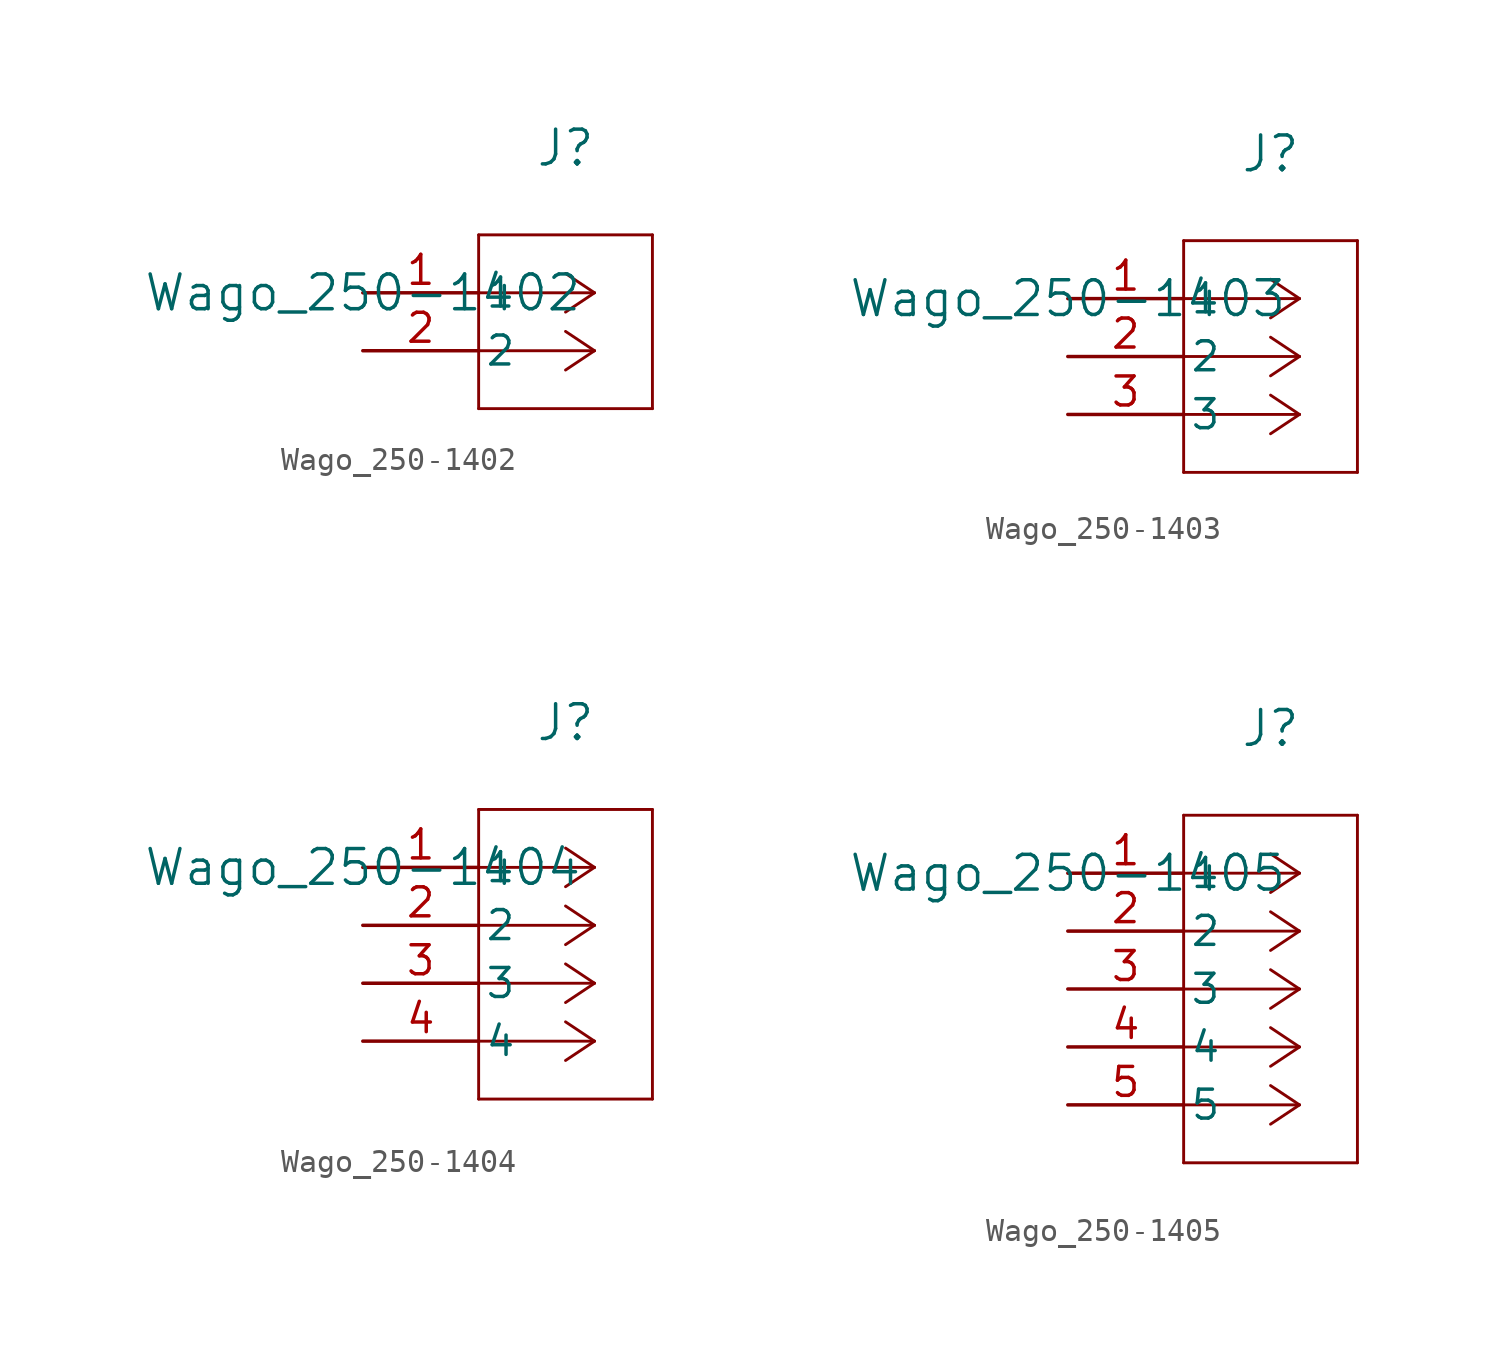
<source format=kicad_sym>
(kicad_symbol_lib
  (version 20241209)
  (generator "kicad_symbol_editor")
  (generator_version "9.0")
  (symbol "Wago_250-1402"
    (pin_names
      (offset 0.254))
    (property "Reference" "J"
      (at 8.89 6.35 0)
      (effects (font (size 1.524 1.524))))
    (property "Value" "Wago_250-1402"
      (at 0 0 0)
      (effects (font (size 1.524 1.524))))
    (property "ki_locked" ""
      (at 0 0 0)
      (effects (font (size 1.27 1.27))))
    (symbol "Wago_250-1402_0_1"
      (polyline (pts (xy 5.08 2.54) (xy 5.08 -5.08)) (stroke (width 0.127) (type default)) (fill (type none)))
      (polyline (pts (xy 5.08 -5.08) (xy 12.7 -5.08)) (stroke (width 0.127) (type default)) (fill (type none)))
      (polyline (pts (xy 10.16 0) (xy 5.08 0)) (stroke (width 0.127) (type default)) (fill (type none)))
      (polyline (pts (xy 10.16 0) (xy 8.89 0.847)) (stroke (width 0.127) (type default)) (fill (type none)))
      (polyline (pts (xy 10.16 0) (xy 8.89 -0.847)) (stroke (width 0.127) (type default)) (fill (type none)))
      (polyline (pts (xy 10.16 -2.54) (xy 5.08 -2.54)) (stroke (width 0.127) (type default)) (fill (type none)))
      (polyline (pts (xy 10.16 -2.54) (xy 8.89 -1.693)) (stroke (width 0.127) (type default)) (fill (type none)))
      (polyline (pts (xy 10.16 -2.54) (xy 8.89 -3.387)) (stroke (width 0.127) (type default)) (fill (type none)))
      (polyline (pts (xy 12.7 2.54) (xy 5.08 2.54)) (stroke (width 0.127) (type default)) (fill (type none)))
      (polyline (pts (xy 12.7 -5.08) (xy 12.7 2.54)) (stroke (width 0.127) (type default)) (fill (type none)))
      (pin unspecified line (at 0 0 0) (length 5.08) (name "1" (effects (font (size 1.27 1.27)))) (number "1" (effects (font (size 1.27 1.27)))))
      (pin unspecified line (at 0 -2.54 0) (length 5.08) (name "2" (effects (font (size 1.27 1.27)))) (number "2" (effects (font (size 1.27 1.27)))))))
  (symbol "Wago_250-1403"
    (pin_names
      (offset 0.254))
    (property "Reference" "J"
      (at 8.89 6.35 0)
      (effects (font (size 1.524 1.524))))
    (property "Value" "Wago_250-1403"
      (at 0 0 0)
      (effects (font (size 1.524 1.524))))
    (property "ki_locked" ""
      (at 0 0 0)
      (effects (font (size 1.27 1.27))))
    (symbol "Wago_250-1403_0_1"
      (polyline (pts (xy 5.08 2.54) (xy 5.08 -7.62)) (stroke (width 0.127) (type default)) (fill (type none)))
      (polyline (pts (xy 5.08 -7.62) (xy 12.7 -7.62)) (stroke (width 0.127) (type default)) (fill (type none)))
      (polyline (pts (xy 10.16 0) (xy 5.08 0)) (stroke (width 0.127) (type default)) (fill (type none)))
      (polyline (pts (xy 10.16 0) (xy 8.89 0.847)) (stroke (width 0.127) (type default)) (fill (type none)))
      (polyline (pts (xy 10.16 0) (xy 8.89 -0.847)) (stroke (width 0.127) (type default)) (fill (type none)))
      (polyline (pts (xy 10.16 -2.54) (xy 5.08 -2.54)) (stroke (width 0.127) (type default)) (fill (type none)))
      (polyline (pts (xy 10.16 -2.54) (xy 8.89 -1.693)) (stroke (width 0.127) (type default)) (fill (type none)))
      (polyline (pts (xy 10.16 -2.54) (xy 8.89 -3.387)) (stroke (width 0.127) (type default)) (fill (type none)))
      (polyline (pts (xy 10.16 -5.08) (xy 5.08 -5.08)) (stroke (width 0.127) (type default)) (fill (type none)))
      (polyline (pts (xy 10.16 -5.08) (xy 8.89 -4.233)) (stroke (width 0.127) (type default)) (fill (type none)))
      (polyline (pts (xy 10.16 -5.08) (xy 8.89 -5.927)) (stroke (width 0.127) (type default)) (fill (type none)))
      (polyline (pts (xy 12.7 2.54) (xy 5.08 2.54)) (stroke (width 0.127) (type default)) (fill (type none)))
      (polyline (pts (xy 12.7 -7.62) (xy 12.7 2.54)) (stroke (width 0.127) (type default)) (fill (type none)))
      (pin unspecified line (at 0 0 0) (length 5.08) (name "1" (effects (font (size 1.27 1.27)))) (number "1" (effects (font (size 1.27 1.27)))))
      (pin unspecified line (at 0 -2.54 0) (length 5.08) (name "2" (effects (font (size 1.27 1.27)))) (number "2" (effects (font (size 1.27 1.27)))))
      (pin unspecified line (at 0 -5.08 0) (length 5.08) (name "3" (effects (font (size 1.27 1.27)))) (number "3" (effects (font (size 1.27 1.27)))))))
  (symbol "Wago_250-1404"
    (pin_names
      (offset 0.254))
    (property "Reference" "J"
      (at 8.89 6.35 0)
      (effects (font (size 1.524 1.524))))
    (property "Value" "Wago_250-1404"
      (at 0 0 0)
      (effects (font (size 1.524 1.524))))
    (property "ki_locked" ""
      (at 0 0 0)
      (effects (font (size 1.27 1.27))))
    (symbol "Wago_250-1404_0_1"
      (polyline (pts (xy 5.08 2.54) (xy 5.08 -10.16)) (stroke (width 0.127) (type default)) (fill (type none)))
      (polyline (pts (xy 5.08 -10.16) (xy 12.7 -10.16)) (stroke (width 0.127) (type default)) (fill (type none)))
      (polyline (pts (xy 10.16 0) (xy 5.08 0)) (stroke (width 0.127) (type default)) (fill (type none)))
      (polyline (pts (xy 10.16 0) (xy 8.89 0.847)) (stroke (width 0.127) (type default)) (fill (type none)))
      (polyline (pts (xy 10.16 0) (xy 8.89 -0.847)) (stroke (width 0.127) (type default)) (fill (type none)))
      (polyline (pts (xy 10.16 -2.54) (xy 5.08 -2.54)) (stroke (width 0.127) (type default)) (fill (type none)))
      (polyline (pts (xy 10.16 -2.54) (xy 8.89 -1.693)) (stroke (width 0.127) (type default)) (fill (type none)))
      (polyline (pts (xy 10.16 -2.54) (xy 8.89 -3.387)) (stroke (width 0.127) (type default)) (fill (type none)))
      (polyline (pts (xy 10.16 -5.08) (xy 5.08 -5.08)) (stroke (width 0.127) (type default)) (fill (type none)))
      (polyline (pts (xy 10.16 -5.08) (xy 8.89 -4.233)) (stroke (width 0.127) (type default)) (fill (type none)))
      (polyline (pts (xy 10.16 -5.08) (xy 8.89 -5.927)) (stroke (width 0.127) (type default)) (fill (type none)))
      (polyline (pts (xy 10.16 -7.62) (xy 5.08 -7.62)) (stroke (width 0.127) (type default)) (fill (type none)))
      (polyline (pts (xy 10.16 -7.62) (xy 8.89 -6.773)) (stroke (width 0.127) (type default)) (fill (type none)))
      (polyline (pts (xy 10.16 -7.62) (xy 8.89 -8.467)) (stroke (width 0.127) (type default)) (fill (type none)))
      (polyline (pts (xy 12.7 2.54) (xy 5.08 2.54)) (stroke (width 0.127) (type default)) (fill (type none)))
      (polyline (pts (xy 12.7 -10.16) (xy 12.7 2.54)) (stroke (width 0.127) (type default)) (fill (type none)))
      (pin unspecified line (at 0 0 0) (length 5.08) (name "1" (effects (font (size 1.27 1.27)))) (number "1" (effects (font (size 1.27 1.27)))))
      (pin unspecified line (at 0 -2.54 0) (length 5.08) (name "2" (effects (font (size 1.27 1.27)))) (number "2" (effects (font (size 1.27 1.27)))))
      (pin unspecified line (at 0 -5.08 0) (length 5.08) (name "3" (effects (font (size 1.27 1.27)))) (number "3" (effects (font (size 1.27 1.27)))))
      (pin unspecified line (at 0 -7.62 0) (length 5.08) (name "4" (effects (font (size 1.27 1.27)))) (number "4" (effects (font (size 1.27 1.27)))))))
  (symbol "Wago_250-1405"
    (pin_names
      (offset 0.254))
    (property "Reference" "J"
      (at 8.89 6.35 0)
      (effects (font (size 1.524 1.524))))
    (property "Value" "Wago_250-1405"
      (at 0 0 0)
      (effects (font (size 1.524 1.524))))
    (property "ki_locked" ""
      (at 0 0 0)
      (effects (font (size 1.27 1.27))))
    (symbol "Wago_250-1405_0_1"
      (polyline (pts (xy 5.08 2.54) (xy 5.08 -12.7)) (stroke (width 0.127) (type default)) (fill (type none)))
      (polyline (pts (xy 5.08 -12.7) (xy 12.7 -12.7)) (stroke (width 0.127) (type default)) (fill (type none)))
      (polyline (pts (xy 10.16 0) (xy 5.08 0)) (stroke (width 0.127) (type default)) (fill (type none)))
      (polyline (pts (xy 10.16 0) (xy 8.89 0.847)) (stroke (width 0.127) (type default)) (fill (type none)))
      (polyline (pts (xy 10.16 0) (xy 8.89 -0.847)) (stroke (width 0.127) (type default)) (fill (type none)))
      (polyline (pts (xy 10.16 -2.54) (xy 5.08 -2.54)) (stroke (width 0.127) (type default)) (fill (type none)))
      (polyline (pts (xy 10.16 -2.54) (xy 8.89 -1.693)) (stroke (width 0.127) (type default)) (fill (type none)))
      (polyline (pts (xy 10.16 -2.54) (xy 8.89 -3.387)) (stroke (width 0.127) (type default)) (fill (type none)))
      (polyline (pts (xy 10.16 -5.08) (xy 5.08 -5.08)) (stroke (width 0.127) (type default)) (fill (type none)))
      (polyline (pts (xy 10.16 -5.08) (xy 8.89 -4.233)) (stroke (width 0.127) (type default)) (fill (type none)))
      (polyline (pts (xy 10.16 -5.08) (xy 8.89 -5.927)) (stroke (width 0.127) (type default)) (fill (type none)))
      (polyline (pts (xy 10.16 -7.62) (xy 5.08 -7.62)) (stroke (width 0.127) (type default)) (fill (type none)))
      (polyline (pts (xy 10.16 -7.62) (xy 8.89 -6.773)) (stroke (width 0.127) (type default)) (fill (type none)))
      (polyline (pts (xy 10.16 -7.62) (xy 8.89 -8.467)) (stroke (width 0.127) (type default)) (fill (type none)))
      (polyline (pts (xy 10.16 -10.16) (xy 5.08 -10.16)) (stroke (width 0.127) (type default)) (fill (type none)))
      (polyline (pts (xy 10.16 -10.16) (xy 8.89 -9.313)) (stroke (width 0.127) (type default)) (fill (type none)))
      (polyline (pts (xy 10.16 -10.16) (xy 8.89 -11.007)) (stroke (width 0.127) (type default)) (fill (type none)))
      (polyline (pts (xy 12.7 2.54) (xy 5.08 2.54)) (stroke (width 0.127) (type default)) (fill (type none)))
      (polyline (pts (xy 12.7 -12.7) (xy 12.7 2.54)) (stroke (width 0.127) (type default)) (fill (type none)))
      (pin unspecified line (at 0 0 0) (length 5.08) (name "1" (effects (font (size 1.27 1.27)))) (number "1" (effects (font (size 1.27 1.27)))))
      (pin unspecified line (at 0 -2.54 0) (length 5.08) (name "2" (effects (font (size 1.27 1.27)))) (number "2" (effects (font (size 1.27 1.27)))))
      (pin unspecified line (at 0 -5.08 0) (length 5.08) (name "3" (effects (font (size 1.27 1.27)))) (number "3" (effects (font (size 1.27 1.27)))))
      (pin unspecified line (at 0 -7.62 0) (length 5.08) (name "4" (effects (font (size 1.27 1.27)))) (number "4" (effects (font (size 1.27 1.27)))))
      (pin unspecified line (at 0 -10.16 0) (length 5.08) (name "5" (effects (font (size 1.27 1.27)))) (number "5" (effects (font (size 1.27 1.27))))))))
</source>
